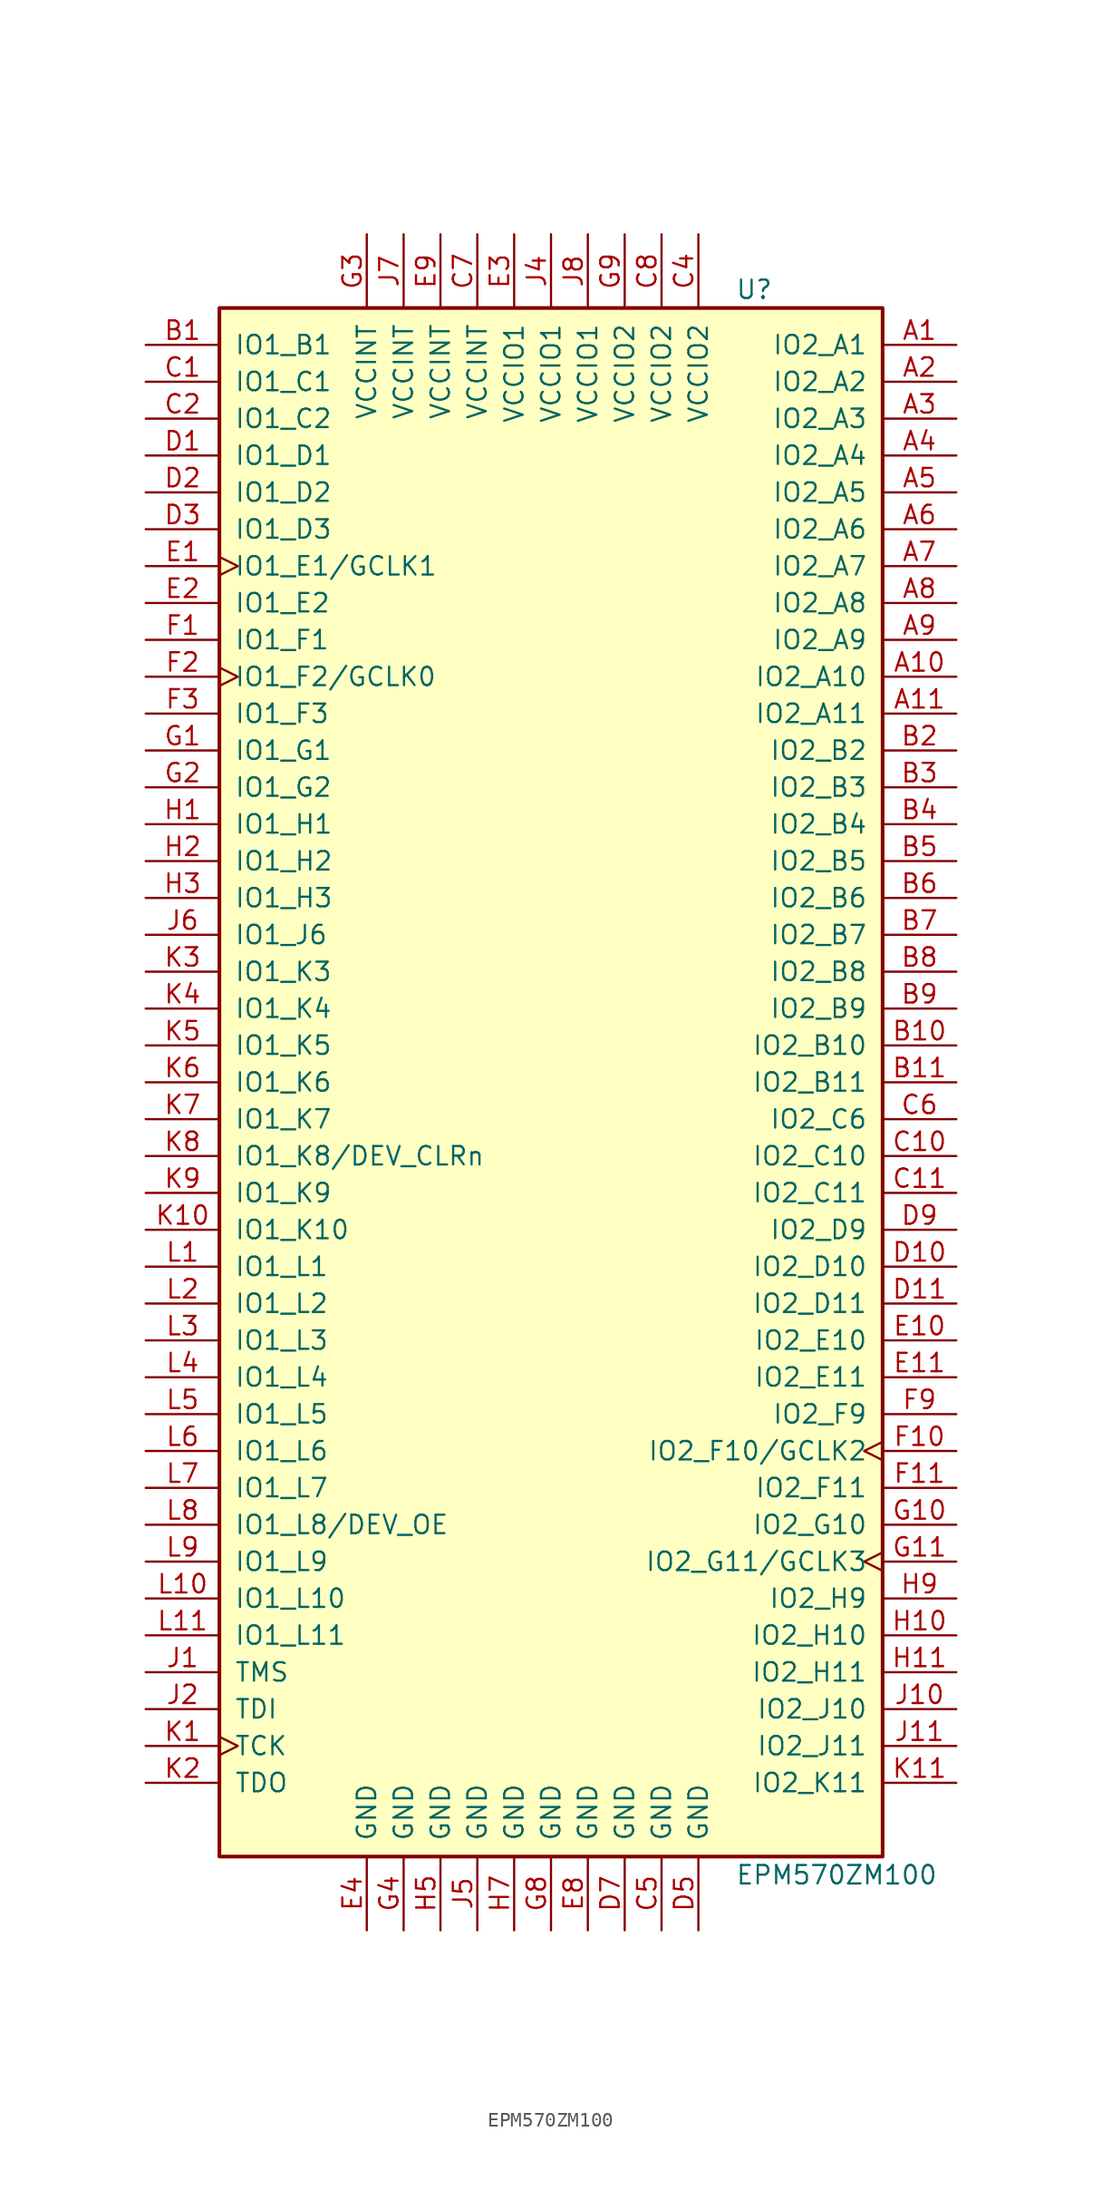
<source format=kicad_sym>
(kicad_symbol_lib
  (version 20241209)
  (generator "kicad_symbol_editor")
  (generator_version "9.0")
  (symbol "EPM570ZM100"
    (pin_names
      (offset 1.016))
    (property "Reference" "U"
      (at 12.7 54.61 0)
      (effects (font (size 1.27 1.27)) (justify left)))
    (property "Value" "EPM570ZM100"
      (at 12.7 -54.61 0)
      (effects (font (size 1.27 1.27)) (justify left)))
    (property "ki_locked" ""
      (at 0 0 0)
      (effects (font (size 1.27 1.27))))
    (symbol "EPM570ZM100_1_1"
      (rectangle (start -22.86 53.34) (end 22.86 -53.34) (stroke (width 0.254) (type default)) (fill (type background)))
      (pin bidirectional line (at -27.94 50.8 0) (length 5.08) (name "IO1_B1" (effects (font (size 1.27 1.27)))) (number "B1" (effects (font (size 1.27 1.27)))))
      (pin bidirectional line (at -27.94 48.26 0) (length 5.08) (name "IO1_C1" (effects (font (size 1.27 1.27)))) (number "C1" (effects (font (size 1.27 1.27)))))
      (pin bidirectional line (at -27.94 45.72 0) (length 5.08) (name "IO1_C2" (effects (font (size 1.27 1.27)))) (number "C2" (effects (font (size 1.27 1.27)))))
      (pin bidirectional line (at -27.94 43.18 0) (length 5.08) (name "IO1_D1" (effects (font (size 1.27 1.27)))) (number "D1" (effects (font (size 1.27 1.27)))))
      (pin bidirectional line (at -27.94 40.64 0) (length 5.08) (name "IO1_D2" (effects (font (size 1.27 1.27)))) (number "D2" (effects (font (size 1.27 1.27)))))
      (pin bidirectional line (at -27.94 38.1 0) (length 5.08) (name "IO1_D3" (effects (font (size 1.27 1.27)))) (number "D3" (effects (font (size 1.27 1.27)))))
      (pin bidirectional clock (at -27.94 35.56 0) (length 5.08) (name "IO1_E1/GCLK1" (effects (font (size 1.27 1.27)))) (number "E1" (effects (font (size 1.27 1.27)))))
      (pin bidirectional line (at -27.94 33.02 0) (length 5.08) (name "IO1_E2" (effects (font (size 1.27 1.27)))) (number "E2" (effects (font (size 1.27 1.27)))))
      (pin bidirectional line (at -27.94 30.48 0) (length 5.08) (name "IO1_F1" (effects (font (size 1.27 1.27)))) (number "F1" (effects (font (size 1.27 1.27)))))
      (pin bidirectional clock (at -27.94 27.94 0) (length 5.08) (name "IO1_F2/GCLK0" (effects (font (size 1.27 1.27)))) (number "F2" (effects (font (size 1.27 1.27)))))
      (pin bidirectional line (at -27.94 25.4 0) (length 5.08) (name "IO1_F3" (effects (font (size 1.27 1.27)))) (number "F3" (effects (font (size 1.27 1.27)))))
      (pin bidirectional line (at -27.94 22.86 0) (length 5.08) (name "IO1_G1" (effects (font (size 1.27 1.27)))) (number "G1" (effects (font (size 1.27 1.27)))))
      (pin bidirectional line (at -27.94 20.32 0) (length 5.08) (name "IO1_G2" (effects (font (size 1.27 1.27)))) (number "G2" (effects (font (size 1.27 1.27)))))
      (pin bidirectional line (at -27.94 17.78 0) (length 5.08) (name "IO1_H1" (effects (font (size 1.27 1.27)))) (number "H1" (effects (font (size 1.27 1.27)))))
      (pin bidirectional line (at -27.94 15.24 0) (length 5.08) (name "IO1_H2" (effects (font (size 1.27 1.27)))) (number "H2" (effects (font (size 1.27 1.27)))))
      (pin bidirectional line (at -27.94 12.7 0) (length 5.08) (name "IO1_H3" (effects (font (size 1.27 1.27)))) (number "H3" (effects (font (size 1.27 1.27)))))
      (pin bidirectional line (at -27.94 10.16 0) (length 5.08) (name "IO1_J6" (effects (font (size 1.27 1.27)))) (number "J6" (effects (font (size 1.27 1.27)))))
      (pin bidirectional line (at -27.94 7.62 0) (length 5.08) (name "IO1_K3" (effects (font (size 1.27 1.27)))) (number "K3" (effects (font (size 1.27 1.27)))))
      (pin bidirectional line (at -27.94 5.08 0) (length 5.08) (name "IO1_K4" (effects (font (size 1.27 1.27)))) (number "K4" (effects (font (size 1.27 1.27)))))
      (pin bidirectional line (at -27.94 2.54 0) (length 5.08) (name "IO1_K5" (effects (font (size 1.27 1.27)))) (number "K5" (effects (font (size 1.27 1.27)))))
      (pin bidirectional line (at -27.94 0 0) (length 5.08) (name "IO1_K6" (effects (font (size 1.27 1.27)))) (number "K6" (effects (font (size 1.27 1.27)))))
      (pin bidirectional line (at -27.94 -2.54 0) (length 5.08) (name "IO1_K7" (effects (font (size 1.27 1.27)))) (number "K7" (effects (font (size 1.27 1.27)))))
      (pin bidirectional line (at -27.94 -5.08 0) (length 5.08) (name "IO1_K8/DEV_CLRn" (effects (font (size 1.27 1.27)))) (number "K8" (effects (font (size 1.27 1.27)))))
      (pin bidirectional line (at -27.94 -7.62 0) (length 5.08) (name "IO1_K9" (effects (font (size 1.27 1.27)))) (number "K9" (effects (font (size 1.27 1.27)))))
      (pin bidirectional line (at -27.94 -10.16 0) (length 5.08) (name "IO1_K10" (effects (font (size 1.27 1.27)))) (number "K10" (effects (font (size 1.27 1.27)))))
      (pin bidirectional line (at -27.94 -12.7 0) (length 5.08) (name "IO1_L1" (effects (font (size 1.27 1.27)))) (number "L1" (effects (font (size 1.27 1.27)))))
      (pin bidirectional line (at -27.94 -15.24 0) (length 5.08) (name "IO1_L2" (effects (font (size 1.27 1.27)))) (number "L2" (effects (font (size 1.27 1.27)))))
      (pin bidirectional line (at -27.94 -17.78 0) (length 5.08) (name "IO1_L3" (effects (font (size 1.27 1.27)))) (number "L3" (effects (font (size 1.27 1.27)))))
      (pin bidirectional line (at -27.94 -20.32 0) (length 5.08) (name "IO1_L4" (effects (font (size 1.27 1.27)))) (number "L4" (effects (font (size 1.27 1.27)))))
      (pin bidirectional line (at -27.94 -22.86 0) (length 5.08) (name "IO1_L5" (effects (font (size 1.27 1.27)))) (number "L5" (effects (font (size 1.27 1.27)))))
      (pin bidirectional line (at -27.94 -25.4 0) (length 5.08) (name "IO1_L6" (effects (font (size 1.27 1.27)))) (number "L6" (effects (font (size 1.27 1.27)))))
      (pin bidirectional line (at -27.94 -27.94 0) (length 5.08) (name "IO1_L7" (effects (font (size 1.27 1.27)))) (number "L7" (effects (font (size 1.27 1.27)))))
      (pin bidirectional line (at -27.94 -30.48 0) (length 5.08) (name "IO1_L8/DEV_OE" (effects (font (size 1.27 1.27)))) (number "L8" (effects (font (size 1.27 1.27)))))
      (pin bidirectional line (at -27.94 -33.02 0) (length 5.08) (name "IO1_L9" (effects (font (size 1.27 1.27)))) (number "L9" (effects (font (size 1.27 1.27)))))
      (pin bidirectional line (at -27.94 -35.56 0) (length 5.08) (name "IO1_L10" (effects (font (size 1.27 1.27)))) (number "L10" (effects (font (size 1.27 1.27)))))
      (pin bidirectional line (at -27.94 -38.1 0) (length 5.08) (name "IO1_L11" (effects (font (size 1.27 1.27)))) (number "L11" (effects (font (size 1.27 1.27)))))
      (pin input line (at -27.94 -40.64 0) (length 5.08) (name "TMS" (effects (font (size 1.27 1.27)))) (number "J1" (effects (font (size 1.27 1.27)))))
      (pin input line (at -27.94 -43.18 0) (length 5.08) (name "TDI" (effects (font (size 1.27 1.27)))) (number "J2" (effects (font (size 1.27 1.27)))))
      (pin input clock (at -27.94 -45.72 0) (length 5.08) (name "TCK" (effects (font (size 1.27 1.27)))) (number "K1" (effects (font (size 1.27 1.27)))))
      (pin output line (at -27.94 -48.26 0) (length 5.08) (name "TDO" (effects (font (size 1.27 1.27)))) (number "K2" (effects (font (size 1.27 1.27)))))
      (pin power_in line (at -12.7 58.42 270) (length 5.08) (name "VCCINT" (effects (font (size 1.27 1.27)))) (number "G3" (effects (font (size 1.27 1.27)))))
      (pin power_in line (at -12.7 -58.42 90) (length 5.08) (name "GND" (effects (font (size 1.27 1.27)))) (number "E4" (effects (font (size 1.27 1.27)))))
      (pin power_in line (at -10.16 58.42 270) (length 5.08) (name "VCCINT" (effects (font (size 1.27 1.27)))) (number "J7" (effects (font (size 1.27 1.27)))))
      (pin power_in line (at -10.16 -58.42 90) (length 5.08) (name "GND" (effects (font (size 1.27 1.27)))) (number "G4" (effects (font (size 1.27 1.27)))))
      (pin power_in line (at -7.62 58.42 270) (length 5.08) (name "VCCINT" (effects (font (size 1.27 1.27)))) (number "E9" (effects (font (size 1.27 1.27)))))
      (pin power_in line (at -7.62 -58.42 90) (length 5.08) (name "GND" (effects (font (size 1.27 1.27)))) (number "H5" (effects (font (size 1.27 1.27)))))
      (pin power_in line (at -5.08 58.42 270) (length 5.08) (name "VCCINT" (effects (font (size 1.27 1.27)))) (number "C7" (effects (font (size 1.27 1.27)))))
      (pin power_in line (at -5.08 -58.42 90) (length 5.08) (name "GND" (effects (font (size 1.27 1.27)))) (number "J5" (effects (font (size 1.27 1.27)))))
      (pin power_in line (at -2.54 58.42 270) (length 5.08) (name "VCCIO1" (effects (font (size 1.27 1.27)))) (number "E3" (effects (font (size 1.27 1.27)))))
      (pin power_in line (at -2.54 -58.42 90) (length 5.08) (name "GND" (effects (font (size 1.27 1.27)))) (number "H7" (effects (font (size 1.27 1.27)))))
      (pin power_in line (at 0 58.42 270) (length 5.08) (name "VCCIO1" (effects (font (size 1.27 1.27)))) (number "J4" (effects (font (size 1.27 1.27)))))
      (pin power_in line (at 0 -58.42 90) (length 5.08) (name "GND" (effects (font (size 1.27 1.27)))) (number "G8" (effects (font (size 1.27 1.27)))))
      (pin power_in line (at 2.54 58.42 270) (length 5.08) (name "VCCIO1" (effects (font (size 1.27 1.27)))) (number "J8" (effects (font (size 1.27 1.27)))))
      (pin power_in line (at 2.54 -58.42 90) (length 5.08) (name "GND" (effects (font (size 1.27 1.27)))) (number "E8" (effects (font (size 1.27 1.27)))))
      (pin power_in line (at 5.08 58.42 270) (length 5.08) (name "VCCIO2" (effects (font (size 1.27 1.27)))) (number "G9" (effects (font (size 1.27 1.27)))))
      (pin power_in line (at 5.08 -58.42 90) (length 5.08) (name "GND" (effects (font (size 1.27 1.27)))) (number "D7" (effects (font (size 1.27 1.27)))))
      (pin power_in line (at 7.62 58.42 270) (length 5.08) (name "VCCIO2" (effects (font (size 1.27 1.27)))) (number "C8" (effects (font (size 1.27 1.27)))))
      (pin power_in line (at 7.62 -58.42 90) (length 5.08) (name "GND" (effects (font (size 1.27 1.27)))) (number "C5" (effects (font (size 1.27 1.27)))))
      (pin power_in line (at 10.16 58.42 270) (length 5.08) (name "VCCIO2" (effects (font (size 1.27 1.27)))) (number "C4" (effects (font (size 1.27 1.27)))))
      (pin power_in line (at 10.16 -58.42 90) (length 5.08) (name "GND" (effects (font (size 1.27 1.27)))) (number "D5" (effects (font (size 1.27 1.27)))))
      (pin bidirectional line (at 27.94 50.8 180) (length 5.08) (name "IO2_A1" (effects (font (size 1.27 1.27)))) (number "A1" (effects (font (size 1.27 1.27)))))
      (pin bidirectional line (at 27.94 48.26 180) (length 5.08) (name "IO2_A2" (effects (font (size 1.27 1.27)))) (number "A2" (effects (font (size 1.27 1.27)))))
      (pin bidirectional line (at 27.94 45.72 180) (length 5.08) (name "IO2_A3" (effects (font (size 1.27 1.27)))) (number "A3" (effects (font (size 1.27 1.27)))))
      (pin bidirectional line (at 27.94 43.18 180) (length 5.08) (name "IO2_A4" (effects (font (size 1.27 1.27)))) (number "A4" (effects (font (size 1.27 1.27)))))
      (pin bidirectional line (at 27.94 40.64 180) (length 5.08) (name "IO2_A5" (effects (font (size 1.27 1.27)))) (number "A5" (effects (font (size 1.27 1.27)))))
      (pin bidirectional line (at 27.94 38.1 180) (length 5.08) (name "IO2_A6" (effects (font (size 1.27 1.27)))) (number "A6" (effects (font (size 1.27 1.27)))))
      (pin bidirectional line (at 27.94 35.56 180) (length 5.08) (name "IO2_A7" (effects (font (size 1.27 1.27)))) (number "A7" (effects (font (size 1.27 1.27)))))
      (pin bidirectional line (at 27.94 33.02 180) (length 5.08) (name "IO2_A8" (effects (font (size 1.27 1.27)))) (number "A8" (effects (font (size 1.27 1.27)))))
      (pin bidirectional line (at 27.94 30.48 180) (length 5.08) (name "IO2_A9" (effects (font (size 1.27 1.27)))) (number "A9" (effects (font (size 1.27 1.27)))))
      (pin bidirectional line (at 27.94 27.94 180) (length 5.08) (name "IO2_A10" (effects (font (size 1.27 1.27)))) (number "A10" (effects (font (size 1.27 1.27)))))
      (pin bidirectional line (at 27.94 25.4 180) (length 5.08) (name "IO2_A11" (effects (font (size 1.27 1.27)))) (number "A11" (effects (font (size 1.27 1.27)))))
      (pin bidirectional line (at 27.94 22.86 180) (length 5.08) (name "IO2_B2" (effects (font (size 1.27 1.27)))) (number "B2" (effects (font (size 1.27 1.27)))))
      (pin bidirectional line (at 27.94 20.32 180) (length 5.08) (name "IO2_B3" (effects (font (size 1.27 1.27)))) (number "B3" (effects (font (size 1.27 1.27)))))
      (pin bidirectional line (at 27.94 17.78 180) (length 5.08) (name "IO2_B4" (effects (font (size 1.27 1.27)))) (number "B4" (effects (font (size 1.27 1.27)))))
      (pin bidirectional line (at 27.94 15.24 180) (length 5.08) (name "IO2_B5" (effects (font (size 1.27 1.27)))) (number "B5" (effects (font (size 1.27 1.27)))))
      (pin bidirectional line (at 27.94 12.7 180) (length 5.08) (name "IO2_B6" (effects (font (size 1.27 1.27)))) (number "B6" (effects (font (size 1.27 1.27)))))
      (pin bidirectional line (at 27.94 10.16 180) (length 5.08) (name "IO2_B7" (effects (font (size 1.27 1.27)))) (number "B7" (effects (font (size 1.27 1.27)))))
      (pin bidirectional line (at 27.94 7.62 180) (length 5.08) (name "IO2_B8" (effects (font (size 1.27 1.27)))) (number "B8" (effects (font (size 1.27 1.27)))))
      (pin bidirectional line (at 27.94 5.08 180) (length 5.08) (name "IO2_B9" (effects (font (size 1.27 1.27)))) (number "B9" (effects (font (size 1.27 1.27)))))
      (pin bidirectional line (at 27.94 2.54 180) (length 5.08) (name "IO2_B10" (effects (font (size 1.27 1.27)))) (number "B10" (effects (font (size 1.27 1.27)))))
      (pin bidirectional line (at 27.94 0 180) (length 5.08) (name "IO2_B11" (effects (font (size 1.27 1.27)))) (number "B11" (effects (font (size 1.27 1.27)))))
      (pin bidirectional line (at 27.94 -2.54 180) (length 5.08) (name "IO2_C6" (effects (font (size 1.27 1.27)))) (number "C6" (effects (font (size 1.27 1.27)))))
      (pin bidirectional line (at 27.94 -5.08 180) (length 5.08) (name "IO2_C10" (effects (font (size 1.27 1.27)))) (number "C10" (effects (font (size 1.27 1.27)))))
      (pin bidirectional line (at 27.94 -7.62 180) (length 5.08) (name "IO2_C11" (effects (font (size 1.27 1.27)))) (number "C11" (effects (font (size 1.27 1.27)))))
      (pin bidirectional line (at 27.94 -10.16 180) (length 5.08) (name "IO2_D9" (effects (font (size 1.27 1.27)))) (number "D9" (effects (font (size 1.27 1.27)))))
      (pin bidirectional line (at 27.94 -12.7 180) (length 5.08) (name "IO2_D10" (effects (font (size 1.27 1.27)))) (number "D10" (effects (font (size 1.27 1.27)))))
      (pin bidirectional line (at 27.94 -15.24 180) (length 5.08) (name "IO2_D11" (effects (font (size 1.27 1.27)))) (number "D11" (effects (font (size 1.27 1.27)))))
      (pin bidirectional line (at 27.94 -17.78 180) (length 5.08) (name "IO2_E10" (effects (font (size 1.27 1.27)))) (number "E10" (effects (font (size 1.27 1.27)))))
      (pin bidirectional line (at 27.94 -20.32 180) (length 5.08) (name "IO2_E11" (effects (font (size 1.27 1.27)))) (number "E11" (effects (font (size 1.27 1.27)))))
      (pin bidirectional line (at 27.94 -22.86 180) (length 5.08) (name "IO2_F9" (effects (font (size 1.27 1.27)))) (number "F9" (effects (font (size 1.27 1.27)))))
      (pin bidirectional clock (at 27.94 -25.4 180) (length 5.08) (name "IO2_F10/GCLK2" (effects (font (size 1.27 1.27)))) (number "F10" (effects (font (size 1.27 1.27)))))
      (pin bidirectional line (at 27.94 -27.94 180) (length 5.08) (name "IO2_F11" (effects (font (size 1.27 1.27)))) (number "F11" (effects (font (size 1.27 1.27)))))
      (pin bidirectional line (at 27.94 -30.48 180) (length 5.08) (name "IO2_G10" (effects (font (size 1.27 1.27)))) (number "G10" (effects (font (size 1.27 1.27)))))
      (pin bidirectional clock (at 27.94 -33.02 180) (length 5.08) (name "IO2_G11/GCLK3" (effects (font (size 1.27 1.27)))) (number "G11" (effects (font (size 1.27 1.27)))))
      (pin bidirectional line (at 27.94 -35.56 180) (length 5.08) (name "IO2_H9" (effects (font (size 1.27 1.27)))) (number "H9" (effects (font (size 1.27 1.27)))))
      (pin bidirectional line (at 27.94 -38.1 180) (length 5.08) (name "IO2_H10" (effects (font (size 1.27 1.27)))) (number "H10" (effects (font (size 1.27 1.27)))))
      (pin bidirectional line (at 27.94 -40.64 180) (length 5.08) (name "IO2_H11" (effects (font (size 1.27 1.27)))) (number "H11" (effects (font (size 1.27 1.27)))))
      (pin bidirectional line (at 27.94 -43.18 180) (length 5.08) (name "IO2_J10" (effects (font (size 1.27 1.27)))) (number "J10" (effects (font (size 1.27 1.27)))))
      (pin bidirectional line (at 27.94 -45.72 180) (length 5.08) (name "IO2_J11" (effects (font (size 1.27 1.27)))) (number "J11" (effects (font (size 1.27 1.27)))))
      (pin bidirectional line (at 27.94 -48.26 180) (length 5.08) (name "IO2_K11" (effects (font (size 1.27 1.27)))) (number "K11" (effects (font (size 1.27 1.27))))))))
</source>
